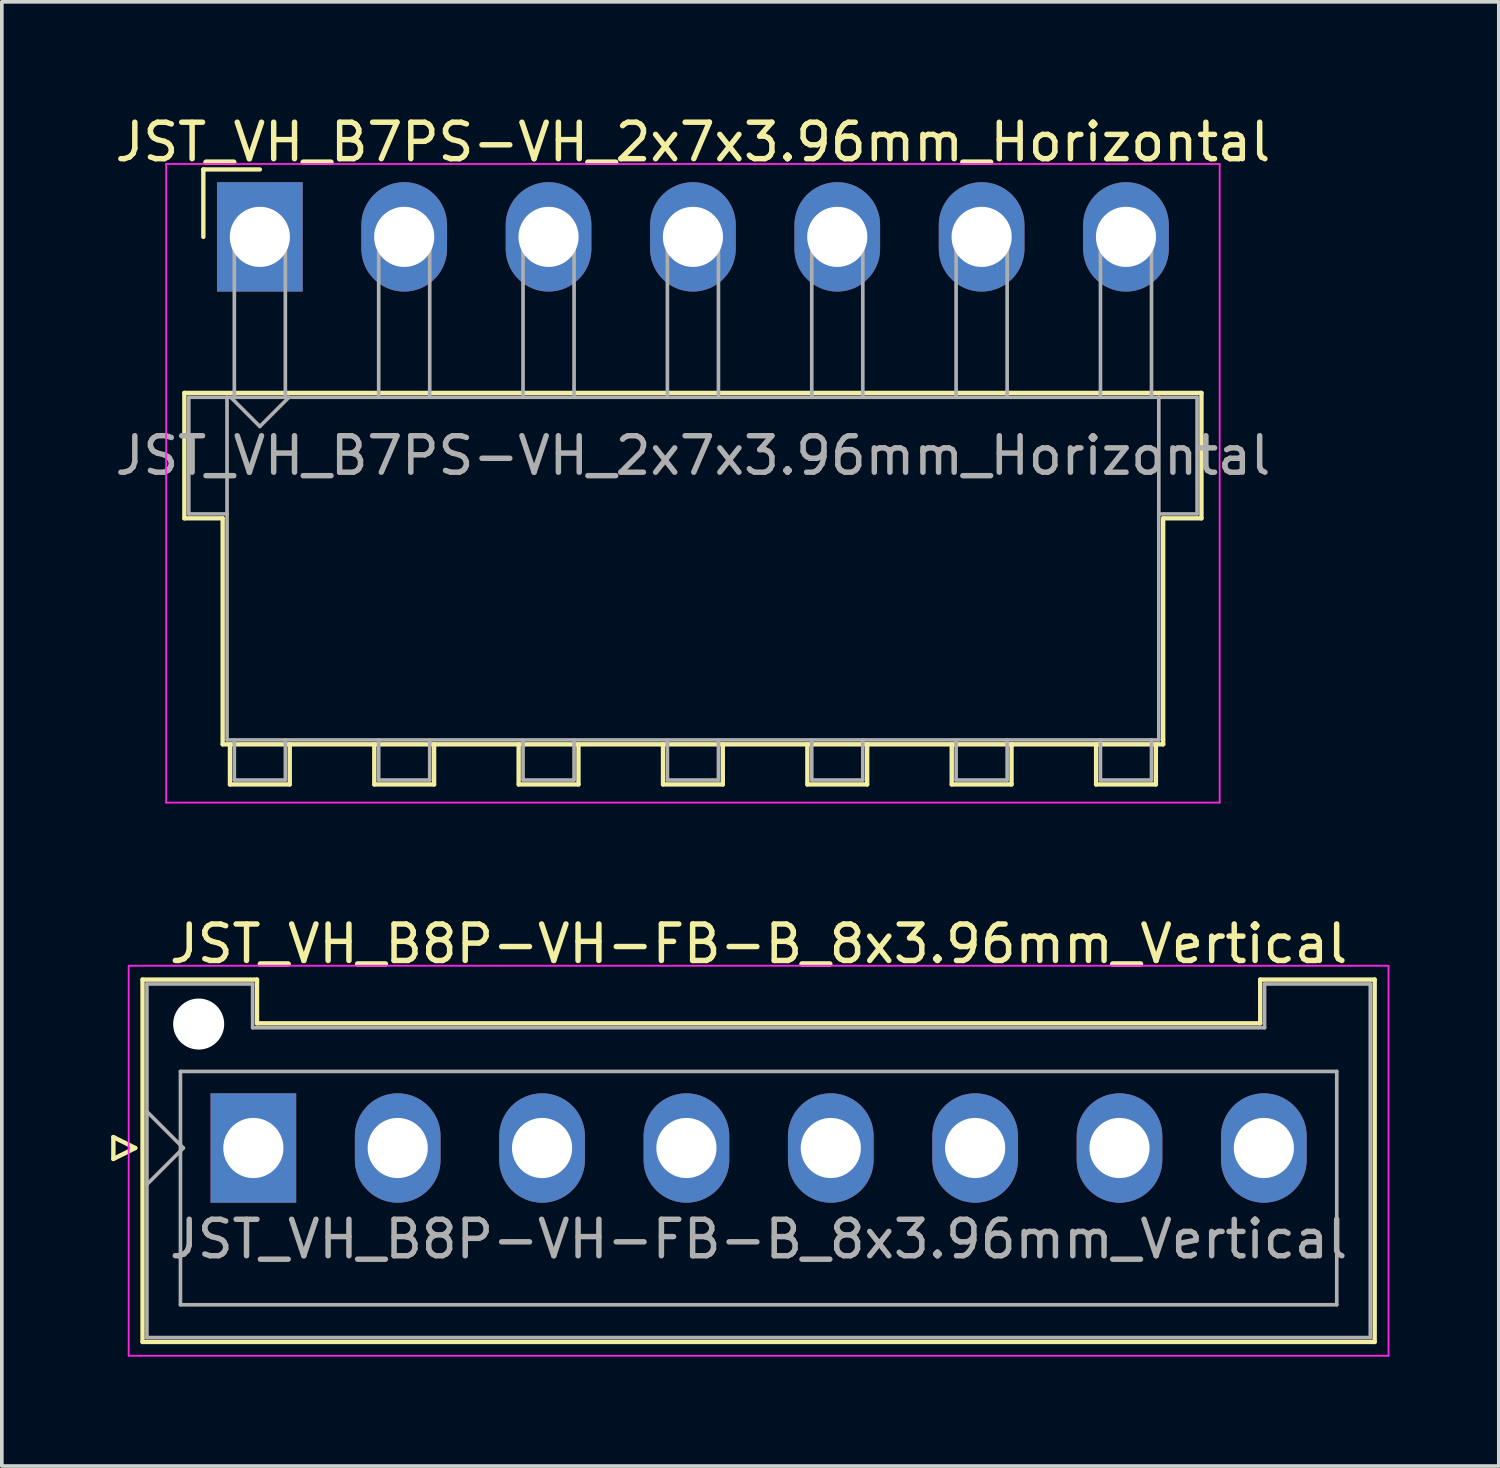
<source format=kicad_pcb>
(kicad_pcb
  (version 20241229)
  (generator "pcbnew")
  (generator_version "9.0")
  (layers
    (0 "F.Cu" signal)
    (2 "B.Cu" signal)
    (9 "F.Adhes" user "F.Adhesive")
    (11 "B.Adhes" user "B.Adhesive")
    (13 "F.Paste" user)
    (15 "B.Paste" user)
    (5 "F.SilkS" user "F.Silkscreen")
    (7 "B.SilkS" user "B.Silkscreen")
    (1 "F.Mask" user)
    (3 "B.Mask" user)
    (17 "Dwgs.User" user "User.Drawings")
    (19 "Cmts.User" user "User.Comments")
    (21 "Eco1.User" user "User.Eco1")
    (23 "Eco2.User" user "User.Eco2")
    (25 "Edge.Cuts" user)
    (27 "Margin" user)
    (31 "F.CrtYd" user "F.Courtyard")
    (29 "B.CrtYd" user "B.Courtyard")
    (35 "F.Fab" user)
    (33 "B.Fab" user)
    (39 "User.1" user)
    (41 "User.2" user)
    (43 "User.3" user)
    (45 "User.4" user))
  (footprint "JST_VH_B8P-VH-FB-B_8x3.96mm_Vertical"
    (layer "F.Cu")
    (at 3.9 28.442)
    (property "Reference" "JST_VH_B8P-VH-FB-B_8x3.96mm_Vertical" (at 13.86 -5.6 0) (layer "F.SilkS") (effects (font (size 1 1) (thickness 0.15))))
    (attr through_hole)
    (fp_line (start -3.84 -0.3) (end -3.24 0) (stroke (width 0.12) (type solid)) (layer "F.SilkS"))
    (fp_line (start -3.84 0.3) (end -3.84 -0.3) (stroke (width 0.12) (type solid)) (layer "F.SilkS"))
    (fp_line (start -3.24 0) (end -3.84 0.3) (stroke (width 0.12) (type solid)) (layer "F.SilkS"))
    (fp_line (start -3.04 -4.62) (end 0.1 -4.62) (stroke (width 0.12) (type solid)) (layer "F.SilkS"))
    (fp_line (start -3.04 5.32) (end -3.04 -4.62) (stroke (width 0.12) (type solid)) (layer "F.SilkS"))
    (fp_line (start 0.1 -4.62) (end 0.1 -3.42) (stroke (width 0.12) (type solid)) (layer "F.SilkS"))
    (fp_line (start 0.1 -3.42) (end 27.62 -3.42) (stroke (width 0.12) (type solid)) (layer "F.SilkS"))
    (fp_line (start 27.62 -4.62) (end 30.76 -4.62) (stroke (width 0.12) (type solid)) (layer "F.SilkS"))
    (fp_line (start 27.62 -3.42) (end 27.62 -4.62) (stroke (width 0.12) (type solid)) (layer "F.SilkS"))
    (fp_line (start 30.76 -4.62) (end 30.76 5.32) (stroke (width 0.12) (type solid)) (layer "F.SilkS"))
    (fp_line (start 30.76 5.32) (end -3.04 5.32) (stroke (width 0.12) (type solid)) (layer "F.SilkS"))
    (fp_line (start -3.42 -5) (end -3.42 5.7) (stroke (width 0.05) (type solid)) (layer "F.CrtYd"))
    (fp_line (start -3.42 5.7) (end 31.14 5.7) (stroke (width 0.05) (type solid)) (layer "F.CrtYd"))
    (fp_line (start 31.14 -5) (end -3.42 -5) (stroke (width 0.05) (type solid)) (layer "F.CrtYd"))
    (fp_line (start 31.14 5.7) (end 31.14 -5) (stroke (width 0.05) (type solid)) (layer "F.CrtYd"))
    (fp_line (start -2.92 -4.5) (end -0.02 -4.5) (stroke (width 0.1) (type solid)) (layer "F.Fab"))
    (fp_line (start -2.92 -1) (end -1.92 0) (stroke (width 0.1) (type solid)) (layer "F.Fab"))
    (fp_line (start -2.92 1) (end -1.92 0) (stroke (width 0.1) (type solid)) (layer "F.Fab"))
    (fp_line (start -2.92 5.2) (end -2.92 -4.5) (stroke (width 0.1) (type solid)) (layer "F.Fab"))
    (fp_line (start -2 -2.1) (end 29.72 -2.1) (stroke (width 0.1) (type solid)) (layer "F.Fab"))
    (fp_line (start -2 4.3) (end -2 -2.1) (stroke (width 0.1) (type solid)) (layer "F.Fab"))
    (fp_line (start -0.02 -4.5) (end -0.02 -3.3) (stroke (width 0.1) (type solid)) (layer "F.Fab"))
    (fp_line (start -0.02 -3.3) (end 27.74 -3.3) (stroke (width 0.1) (type solid)) (layer "F.Fab"))
    (fp_line (start 27.74 -4.5) (end 30.64 -4.5) (stroke (width 0.1) (type solid)) (layer "F.Fab"))
    (fp_line (start 27.74 -3.3) (end 27.74 -4.5) (stroke (width 0.1) (type solid)) (layer "F.Fab"))
    (fp_line (start 29.72 -2.1) (end 29.72 4.3) (stroke (width 0.1) (type solid)) (layer "F.Fab"))
    (fp_line (start 29.72 4.3) (end -2 4.3) (stroke (width 0.1) (type solid)) (layer "F.Fab"))
    (fp_line (start 30.64 -4.5) (end 30.64 5.2) (stroke (width 0.1) (type solid)) (layer "F.Fab"))
    (fp_line (start 30.64 5.2) (end -2.92 5.2) (stroke (width 0.1) (type solid)) (layer "F.Fab"))
    (fp_text user "${REFERENCE}" (at 13.86 2.5 0) (layer "F.Fab") (effects (font (size 1 1) (thickness 0.15))))
    (pad "" np_thru_hole circle (at -1.5 -3.4) (size 1.4 1.4) (drill 1.4) (layers "*.Cu" "*.Mask"))
    (pad "1" thru_hole rect (at 0 0) (size 2.35 3) (drill 1.65) (layers "*.Cu" "*.Mask"))
    (pad "2" thru_hole oval (at 3.96 0) (size 2.35 3) (drill 1.65) (layers "*.Cu" "*.Mask"))
    (pad "3" thru_hole oval (at 7.92 0) (size 2.35 3) (drill 1.65) (layers "*.Cu" "*.Mask"))
    (pad "4" thru_hole oval (at 11.88 0) (size 2.35 3) (drill 1.65) (layers "*.Cu" "*.Mask"))
    (pad "5" thru_hole oval (at 15.84 0) (size 2.35 3) (drill 1.65) (layers "*.Cu" "*.Mask"))
    (pad "6" thru_hole oval (at 19.8 0) (size 2.35 3) (drill 1.65) (layers "*.Cu" "*.Mask"))
    (pad "7" thru_hole oval (at 23.76 0) (size 2.35 3) (drill 1.65) (layers "*.Cu" "*.Mask"))
    (pad "8" thru_hole oval (at 27.72 0) (size 2.35 3) (drill 1.65) (layers "*.Cu" "*.Mask")))
  (footprint "JST_VH_B7PS-VH_2x7x3.96mm_Horizontal"
    (layer "F.Cu")
    (at 4.078 3.448)
    (property "Reference" "JST_VH_B7PS-VH_2x7x3.96mm_Horizontal" (at 11.88 -2.6 0) (layer "F.SilkS") (effects (font (size 1 1) (thickness 0.15))))
    (attr through_hole)
    (fp_line (start -2.07 4.28) (end 25.83 4.28) (stroke (width 0.12) (type solid)) (layer "F.SilkS"))
    (fp_line (start -2.07 7.72) (end -2.07 4.28) (stroke (width 0.12) (type solid)) (layer "F.SilkS"))
    (fp_line (start -1.55 -1.85) (end -1.55 0) (stroke (width 0.12) (type solid)) (layer "F.SilkS"))
    (fp_line (start -1.02 7.72) (end -2.07 7.72) (stroke (width 0.12) (type solid)) (layer "F.SilkS"))
    (fp_line (start -1.02 13.92) (end -1.02 7.72) (stroke (width 0.12) (type solid)) (layer "F.SilkS"))
    (fp_line (start -0.82 13.92) (end -0.82 15.02) (stroke (width 0.12) (type solid)) (layer "F.SilkS"))
    (fp_line (start -0.82 15.02) (end 0.82 15.02) (stroke (width 0.12) (type solid)) (layer "F.SilkS"))
    (fp_line (start 0 -1.85) (end -1.55 -1.85) (stroke (width 0.12) (type solid)) (layer "F.SilkS"))
    (fp_line (start 0.82 15.02) (end 0.82 13.92) (stroke (width 0.12) (type solid)) (layer "F.SilkS"))
    (fp_line (start 3.14 13.92) (end 3.14 15.02) (stroke (width 0.12) (type solid)) (layer "F.SilkS"))
    (fp_line (start 3.14 15.02) (end 4.78 15.02) (stroke (width 0.12) (type solid)) (layer "F.SilkS"))
    (fp_line (start 4.78 15.02) (end 4.78 13.92) (stroke (width 0.12) (type solid)) (layer "F.SilkS"))
    (fp_line (start 7.1 13.92) (end 7.1 15.02) (stroke (width 0.12) (type solid)) (layer "F.SilkS"))
    (fp_line (start 7.1 15.02) (end 8.74 15.02) (stroke (width 0.12) (type solid)) (layer "F.SilkS"))
    (fp_line (start 8.74 15.02) (end 8.74 13.92) (stroke (width 0.12) (type solid)) (layer "F.SilkS"))
    (fp_line (start 11.06 13.92) (end 11.06 15.02) (stroke (width 0.12) (type solid)) (layer "F.SilkS"))
    (fp_line (start 11.06 15.02) (end 12.7 15.02) (stroke (width 0.12) (type solid)) (layer "F.SilkS"))
    (fp_line (start 12.7 15.02) (end 12.7 13.92) (stroke (width 0.12) (type solid)) (layer "F.SilkS"))
    (fp_line (start 15.02 13.92) (end 15.02 15.02) (stroke (width 0.12) (type solid)) (layer "F.SilkS"))
    (fp_line (start 15.02 15.02) (end 16.66 15.02) (stroke (width 0.12) (type solid)) (layer "F.SilkS"))
    (fp_line (start 16.66 15.02) (end 16.66 13.92) (stroke (width 0.12) (type solid)) (layer "F.SilkS"))
    (fp_line (start 18.98 13.92) (end 18.98 15.02) (stroke (width 0.12) (type solid)) (layer "F.SilkS"))
    (fp_line (start 18.98 15.02) (end 20.62 15.02) (stroke (width 0.12) (type solid)) (layer "F.SilkS"))
    (fp_line (start 20.62 15.02) (end 20.62 13.92) (stroke (width 0.12) (type solid)) (layer "F.SilkS"))
    (fp_line (start 22.94 13.92) (end 22.94 15.02) (stroke (width 0.12) (type solid)) (layer "F.SilkS"))
    (fp_line (start 22.94 15.02) (end 24.58 15.02) (stroke (width 0.12) (type solid)) (layer "F.SilkS"))
    (fp_line (start 24.58 15.02) (end 24.58 13.92) (stroke (width 0.12) (type solid)) (layer "F.SilkS"))
    (fp_line (start 24.78 7.72) (end 24.78 13.92) (stroke (width 0.12) (type solid)) (layer "F.SilkS"))
    (fp_line (start 24.78 13.92) (end -1.02 13.92) (stroke (width 0.12) (type solid)) (layer "F.SilkS"))
    (fp_line (start 25.83 4.28) (end 25.83 7.72) (stroke (width 0.12) (type solid)) (layer "F.SilkS"))
    (fp_line (start 25.83 7.72) (end 24.78 7.72) (stroke (width 0.12) (type solid)) (layer "F.SilkS"))
    (fp_line (start -2.57 -2) (end -2.57 15.52) (stroke (width 0.05) (type solid)) (layer "F.CrtYd"))
    (fp_line (start -2.57 15.52) (end 26.33 15.52) (stroke (width 0.05) (type solid)) (layer "F.CrtYd"))
    (fp_line (start 26.33 -2) (end -2.57 -2) (stroke (width 0.05) (type solid)) (layer "F.CrtYd"))
    (fp_line (start 26.33 15.52) (end 26.33 -2) (stroke (width 0.05) (type solid)) (layer "F.CrtYd"))
    (fp_line (start -1.95 4.4) (end -0.9 4.4) (stroke (width 0.1) (type solid)) (layer "F.Fab"))
    (fp_line (start -1.95 7.6) (end -1.95 4.4) (stroke (width 0.1) (type solid)) (layer "F.Fab"))
    (fp_line (start -0.9 4.4) (end -0.9 13.8) (stroke (width 0.1) (type solid)) (layer "F.Fab"))
    (fp_line (start -0.9 7.6) (end -1.95 7.6) (stroke (width 0.1) (type solid)) (layer "F.Fab"))
    (fp_line (start -0.9 13.8) (end 24.66 13.8) (stroke (width 0.1) (type solid)) (layer "F.Fab"))
    (fp_line (start -0.8 4.4) (end 0 5.2) (stroke (width 0.1) (type solid)) (layer "F.Fab"))
    (fp_line (start -0.7 0) (end 0.7 0) (stroke (width 0.1) (type solid)) (layer "F.Fab"))
    (fp_line (start -0.7 4.4) (end -0.7 0) (stroke (width 0.1) (type solid)) (layer "F.Fab"))
    (fp_line (start -0.7 13.8) (end -0.7 14.9) (stroke (width 0.1) (type solid)) (layer "F.Fab"))
    (fp_line (start -0.7 14.9) (end 0.7 14.9) (stroke (width 0.1) (type solid)) (layer "F.Fab"))
    (fp_line (start 0 5.2) (end 0.8 4.4) (stroke (width 0.1) (type solid)) (layer "F.Fab"))
    (fp_line (start 0.7 0) (end 0.7 4.4) (stroke (width 0.1) (type solid)) (layer "F.Fab"))
    (fp_line (start 0.7 14.9) (end 0.7 13.8) (stroke (width 0.1) (type solid)) (layer "F.Fab"))
    (fp_line (start 3.26 0) (end 4.66 0) (stroke (width 0.1) (type solid)) (layer "F.Fab"))
    (fp_line (start 3.26 4.4) (end 3.26 0) (stroke (width 0.1) (type solid)) (layer "F.Fab"))
    (fp_line (start 3.26 13.8) (end 3.26 14.9) (stroke (width 0.1) (type solid)) (layer "F.Fab"))
    (fp_line (start 3.26 14.9) (end 4.66 14.9) (stroke (width 0.1) (type solid)) (layer "F.Fab"))
    (fp_line (start 4.66 0) (end 4.66 4.4) (stroke (width 0.1) (type solid)) (layer "F.Fab"))
    (fp_line (start 4.66 14.9) (end 4.66 13.8) (stroke (width 0.1) (type solid)) (layer "F.Fab"))
    (fp_line (start 7.22 0) (end 8.62 0) (stroke (width 0.1) (type solid)) (layer "F.Fab"))
    (fp_line (start 7.22 4.4) (end 7.22 0) (stroke (width 0.1) (type solid)) (layer "F.Fab"))
    (fp_line (start 7.22 13.8) (end 7.22 14.9) (stroke (width 0.1) (type solid)) (layer "F.Fab"))
    (fp_line (start 7.22 14.9) (end 8.62 14.9) (stroke (width 0.1) (type solid)) (layer "F.Fab"))
    (fp_line (start 8.62 0) (end 8.62 4.4) (stroke (width 0.1) (type solid)) (layer "F.Fab"))
    (fp_line (start 8.62 14.9) (end 8.62 13.8) (stroke (width 0.1) (type solid)) (layer "F.Fab"))
    (fp_line (start 11.18 0) (end 12.58 0) (stroke (width 0.1) (type solid)) (layer "F.Fab"))
    (fp_line (start 11.18 4.4) (end 11.18 0) (stroke (width 0.1) (type solid)) (layer "F.Fab"))
    (fp_line (start 11.18 13.8) (end 11.18 14.9) (stroke (width 0.1) (type solid)) (layer "F.Fab"))
    (fp_line (start 11.18 14.9) (end 12.58 14.9) (stroke (width 0.1) (type solid)) (layer "F.Fab"))
    (fp_line (start 12.58 0) (end 12.58 4.4) (stroke (width 0.1) (type solid)) (layer "F.Fab"))
    (fp_line (start 12.58 14.9) (end 12.58 13.8) (stroke (width 0.1) (type solid)) (layer "F.Fab"))
    (fp_line (start 15.14 0) (end 16.54 0) (stroke (width 0.1) (type solid)) (layer "F.Fab"))
    (fp_line (start 15.14 4.4) (end 15.14 0) (stroke (width 0.1) (type solid)) (layer "F.Fab"))
    (fp_line (start 15.14 13.8) (end 15.14 14.9) (stroke (width 0.1) (type solid)) (layer "F.Fab"))
    (fp_line (start 15.14 14.9) (end 16.54 14.9) (stroke (width 0.1) (type solid)) (layer "F.Fab"))
    (fp_line (start 16.54 0) (end 16.54 4.4) (stroke (width 0.1) (type solid)) (layer "F.Fab"))
    (fp_line (start 16.54 14.9) (end 16.54 13.8) (stroke (width 0.1) (type solid)) (layer "F.Fab"))
    (fp_line (start 19.1 0) (end 20.5 0) (stroke (width 0.1) (type solid)) (layer "F.Fab"))
    (fp_line (start 19.1 4.4) (end 19.1 0) (stroke (width 0.1) (type solid)) (layer "F.Fab"))
    (fp_line (start 19.1 13.8) (end 19.1 14.9) (stroke (width 0.1) (type solid)) (layer "F.Fab"))
    (fp_line (start 19.1 14.9) (end 20.5 14.9) (stroke (width 0.1) (type solid)) (layer "F.Fab"))
    (fp_line (start 20.5 0) (end 20.5 4.4) (stroke (width 0.1) (type solid)) (layer "F.Fab"))
    (fp_line (start 20.5 14.9) (end 20.5 13.8) (stroke (width 0.1) (type solid)) (layer "F.Fab"))
    (fp_line (start 23.06 0) (end 24.46 0) (stroke (width 0.1) (type solid)) (layer "F.Fab"))
    (fp_line (start 23.06 4.4) (end 23.06 0) (stroke (width 0.1) (type solid)) (layer "F.Fab"))
    (fp_line (start 23.06 13.8) (end 23.06 14.9) (stroke (width 0.1) (type solid)) (layer "F.Fab"))
    (fp_line (start 23.06 14.9) (end 24.46 14.9) (stroke (width 0.1) (type solid)) (layer "F.Fab"))
    (fp_line (start 24.46 0) (end 24.46 4.4) (stroke (width 0.1) (type solid)) (layer "F.Fab"))
    (fp_line (start 24.46 14.9) (end 24.46 13.8) (stroke (width 0.1) (type solid)) (layer "F.Fab"))
    (fp_line (start 24.66 4.4) (end -0.9 4.4) (stroke (width 0.1) (type solid)) (layer "F.Fab"))
    (fp_line (start 24.66 4.4) (end 25.71 4.4) (stroke (width 0.1) (type solid)) (layer "F.Fab"))
    (fp_line (start 24.66 13.8) (end 24.66 4.4) (stroke (width 0.1) (type solid)) (layer "F.Fab"))
    (fp_line (start 25.71 4.4) (end 25.71 7.6) (stroke (width 0.1) (type solid)) (layer "F.Fab"))
    (fp_line (start 25.71 7.6) (end 24.66 7.6) (stroke (width 0.1) (type solid)) (layer "F.Fab"))
    (fp_text user "${REFERENCE}" (at 11.88 6 0) (layer "F.Fab") (effects (font (size 1 1) (thickness 0.15))))
    (pad "1" thru_hole rect (at 0 0) (size 2.35 3) (drill 1.65) (layers "*.Cu" "*.Mask"))
    (pad "2" thru_hole oval (at 3.96 0) (size 2.35 3) (drill 1.65) (layers "*.Cu" "*.Mask"))
    (pad "3" thru_hole oval (at 7.92 0) (size 2.35 3) (drill 1.65) (layers "*.Cu" "*.Mask"))
    (pad "4" thru_hole oval (at 11.88 0) (size 2.35 3) (drill 1.65) (layers "*.Cu" "*.Mask"))
    (pad "5" thru_hole oval (at 15.84 0) (size 2.35 3) (drill 1.65) (layers "*.Cu" "*.Mask"))
    (pad "6" thru_hole oval (at 19.8 0) (size 2.35 3) (drill 1.65) (layers "*.Cu" "*.Mask"))
    (pad "7" thru_hole oval (at 23.76 0) (size 2.35 3) (drill 1.65) (layers "*.Cu" "*.Mask")))
  (gr_rect
    (start -3 -3)
    (end 38.065 37.166)
    (stroke (width 0.1) (type default))
    (fill no)
    (layer "Edge.Cuts")))
</source>
